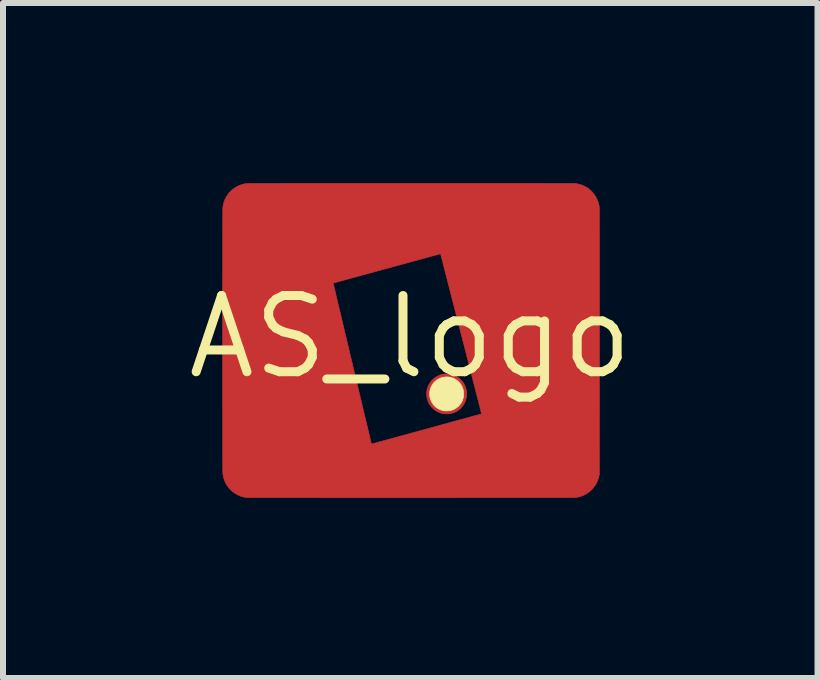
<source format=kicad_pcb>
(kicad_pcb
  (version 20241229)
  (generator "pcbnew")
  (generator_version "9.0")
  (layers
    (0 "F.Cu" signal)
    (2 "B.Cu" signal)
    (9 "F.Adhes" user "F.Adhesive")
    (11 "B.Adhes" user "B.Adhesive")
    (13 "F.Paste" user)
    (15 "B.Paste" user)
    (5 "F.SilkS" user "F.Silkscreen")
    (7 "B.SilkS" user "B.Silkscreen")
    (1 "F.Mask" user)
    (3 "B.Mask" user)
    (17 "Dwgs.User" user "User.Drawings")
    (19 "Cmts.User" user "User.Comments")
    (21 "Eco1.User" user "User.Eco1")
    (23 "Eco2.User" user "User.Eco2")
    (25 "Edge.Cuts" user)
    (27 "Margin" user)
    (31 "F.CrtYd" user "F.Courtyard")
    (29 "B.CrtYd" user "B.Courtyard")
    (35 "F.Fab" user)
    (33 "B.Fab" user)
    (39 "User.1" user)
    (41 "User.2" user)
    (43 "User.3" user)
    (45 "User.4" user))
  (footprint "AS_logo"
    (layer "F.Cu")
    (at 3.787 2.565)
    (property "Reference" "AS_logo" (at 0 0 0) (layer "F.SilkS") (effects (font (size 1.27 1.27) (thickness 0.15))))
    (attr through_hole)
    (fp_poly (pts (xy 0.629 0.616) (xy 0.67 0.622) (xy 0.69 0.626) (xy 0.728 0.638) (xy 0.765 0.655) (xy 0.799 0.676) (xy 0.83 0.701) (xy 0.858 0.73) (xy 0.883 0.761) (xy 0.903 0.795) (xy 0.919 0.832) (xy 0.931 0.871) (xy 0.938 0.91) (xy 0.94 0.95) (xy 0.938 0.99) (xy 0.93 1.029) (xy 0.919 1.068) (xy 0.902 1.105) (xy 0.883 1.138) (xy 0.873 1.151) (xy 0.861 1.165) (xy 0.846 1.181) (xy 0.831 1.196) (xy 0.815 1.21) (xy 0.801 1.221) (xy 0.794 1.226) (xy 0.759 1.247) (xy 0.722 1.263) (xy 0.683 1.274) (xy 0.663 1.279) (xy 0.646 1.281) (xy 0.625 1.282) (xy 0.603 1.282) (xy 0.581 1.282) (xy 0.562 1.28) (xy 0.55 1.279) (xy 0.51 1.269) (xy 0.472 1.255) (xy 0.437 1.237) (xy 0.404 1.215) (xy 0.374 1.189) (xy 0.348 1.16) (xy 0.324 1.128) (xy 0.305 1.093) (xy 0.29 1.055) (xy 0.279 1.015) (xy 0.276 0.993) (xy 0.274 0.968) (xy 0.273 0.942) (xy 0.274 0.917) (xy 0.277 0.894) (xy 0.278 0.889) (xy 0.281 0.874) (xy 0.286 0.856) (xy 0.292 0.839) (xy 0.298 0.822) (xy 0.303 0.808) (xy 0.305 0.804) (xy 0.326 0.768) (xy 0.35 0.735) (xy 0.378 0.706) (xy 0.408 0.681) (xy 0.441 0.659) (xy 0.476 0.642) (xy 0.512 0.629) (xy 0.55 0.62) (xy 0.589 0.616) (xy 0.629 0.616)) (stroke (width 0.01) (type solid)) (fill yes) (layer "F.Cu"))
    (fp_poly (pts (xy 0.144 -2.56) (xy 0.246 -2.56) (xy 0.347 -2.56) (xy 0.449 -2.56) (xy 0.55 -2.56) (xy 0.65 -2.56) (xy 0.749 -2.56) (xy 0.848 -2.56) (xy 0.945 -2.56) (xy 1.042 -2.56) (xy 1.136 -2.56) (xy 1.23 -2.56) (xy 1.322 -2.56) (xy 1.412 -2.56) (xy 1.5 -2.56) (xy 1.587 -2.56) (xy 1.671 -2.56) (xy 1.753 -2.56) (xy 1.833 -2.56) (xy 1.91 -2.56) (xy 1.985 -2.56) (xy 2.057 -2.56) (xy 2.126 -2.56) (xy 2.192 -2.559) (xy 2.255 -2.559) (xy 2.315 -2.559) (xy 2.372 -2.559) (xy 2.425 -2.559) (xy 2.474 -2.559) (xy 2.52 -2.559) (xy 2.562 -2.559) (xy 2.599 -2.559) (xy 2.633 -2.559) (xy 2.662 -2.558) (xy 2.687 -2.558) (xy 2.708 -2.558) (xy 2.724 -2.558) (xy 2.735 -2.558) (xy 2.741 -2.558) (xy 2.742 -2.558) (xy 2.79 -2.551) (xy 2.836 -2.539) (xy 2.88 -2.523) (xy 2.921 -2.503) (xy 2.961 -2.479) (xy 2.997 -2.45) (xy 3.03 -2.418) (xy 3.06 -2.383) (xy 3.087 -2.344) (xy 3.109 -2.303) (xy 3.125 -2.264) (xy 3.138 -2.227) (xy 3.146 -2.188) (xy 3.15 -2.165) (xy 3.15 -2.163) (xy 3.15 -2.157) (xy 3.15 -2.148) (xy 3.15 -2.137) (xy 3.15 -2.122) (xy 3.151 -2.105) (xy 3.151 -2.084) (xy 3.151 -2.06) (xy 3.151 -2.032) (xy 3.151 -2.002) (xy 3.151 -1.968) (xy 3.151 -1.93) (xy 3.151 -1.889) (xy 3.151 -1.844) (xy 3.151 -1.796) (xy 3.152 -1.743) (xy 3.152 -1.687) (xy 3.152 -1.628) (xy 3.152 -1.564) (xy 3.152 -1.496) (xy 3.152 -1.424) (xy 3.152 -1.348) (xy 3.152 -1.267) (xy 3.152 -1.183) (xy 3.152 -1.094) (xy 3.152 -1.001) (xy 3.152 -0.903) (xy 3.152 -0.8) (xy 3.152 -0.693) (xy 3.152 -0.582) (xy 3.152 -0.465) (xy 3.152 -0.344) (xy 3.152 -0.218) (xy 3.152 -0.087) (xy 3.152 0.049) (xy 3.152 0.075) (xy 3.151 2.292) (xy 3.145 2.318) (xy 3.131 2.366) (xy 3.114 2.412) (xy 3.092 2.455) (xy 3.067 2.494) (xy 3.037 2.531) (xy 3.004 2.564) (xy 2.967 2.594) (xy 2.965 2.595) (xy 2.93 2.618) (xy 2.893 2.637) (xy 2.854 2.653) (xy 2.811 2.666) (xy 2.775 2.674) (xy 2.774 2.674) (xy 2.772 2.675) (xy 2.769 2.675) (xy 2.765 2.675) (xy 2.761 2.675) (xy 2.756 2.675) (xy 2.749 2.675) (xy 2.741 2.676) (xy 2.733 2.676) (xy 2.722 2.676) (xy 2.711 2.676) (xy 2.697 2.676) (xy 2.683 2.676) (xy 2.666 2.676) (xy 2.648 2.677) (xy 2.628 2.677) (xy 2.606 2.677) (xy 2.582 2.677) (xy 2.555 2.677) (xy 2.527 2.677) (xy 2.496 2.677) (xy 2.463 2.677) (xy 2.427 2.677) (xy 2.389 2.677) (xy 2.348 2.678) (xy 2.304 2.678) (xy 2.258 2.678) (xy 2.208 2.678) (xy 2.156 2.678) (xy 2.1 2.678) (xy 2.041 2.678) (xy 1.979 2.678) (xy 1.913 2.678) (xy 1.844 2.678) (xy 1.772 2.678) (xy 1.696 2.678) (xy 1.616 2.678) (xy 1.532 2.678) (xy 1.445 2.678) (xy 1.353 2.678) (xy 1.257 2.678) (xy 1.157 2.678) (xy 1.053 2.678) (xy 0.945 2.678) (xy 0.832 2.678) (xy 0.714 2.678) (xy 0.592 2.679) (xy 0.465 2.679) (xy 0.334 2.679) (xy 0.197 2.679) (xy 0.056 2.679) (xy 0.025 2.679) (xy -0.095 2.679) (xy -0.214 2.679) (xy -0.331 2.679) (xy -0.447 2.679) (xy -0.562 2.679) (xy -0.674 2.679) (xy -0.785 2.679) (xy -0.893 2.679) (xy -1 2.679) (xy -1.104 2.679) (xy -1.206 2.679) (xy -1.305 2.679) (xy -1.402 2.679) (xy -1.497 2.678) (xy -1.588 2.678) (xy -1.677 2.678) (xy -1.763 2.678) (xy -1.846 2.678) (xy -1.926 2.678) (xy -2.003 2.678) (xy -2.077 2.678) (xy -2.147 2.678) (xy -2.213 2.678) (xy -2.276 2.678) (xy -2.335 2.678) (xy -2.391 2.678) (xy -2.442 2.678) (xy -2.49 2.678) (xy -2.533 2.678) (xy -2.573 2.678) (xy -2.607 2.677) (xy -2.638 2.677) (xy -2.664 2.677) (xy -2.685 2.677) (xy -2.702 2.677) (xy -2.714 2.677) (xy -2.721 2.677) (xy -2.723 2.677) (xy -2.764 2.67) (xy -2.804 2.661) (xy -2.842 2.647) (xy -2.877 2.631) (xy -2.909 2.613) (xy -2.939 2.594) (xy -2.967 2.572) (xy -2.987 2.554) (xy -3.02 2.519) (xy -3.049 2.481) (xy -3.073 2.441) (xy -3.093 2.398) (xy -3.108 2.353) (xy -3.119 2.307) (xy -3.124 2.27) (xy -3.124 2.266) (xy -3.124 2.256) (xy -3.124 2.243) (xy -3.125 2.224) (xy -3.125 2.201) (xy -3.125 2.174) (xy -3.125 2.142) (xy -3.125 2.106) (xy -3.125 2.066) (xy -3.125 2.023) (xy -3.126 1.976) (xy -3.126 1.925) (xy -3.126 1.871) (xy -3.126 1.814) (xy -3.126 1.754) (xy -3.126 1.69) (xy -3.126 1.624) (xy -3.126 1.556) (xy -3.126 1.484) (xy -3.126 1.411) (xy -3.126 1.335) (xy -3.126 1.257) (xy -3.127 1.177) (xy -3.127 1.096) (xy -3.127 1.012) (xy -3.127 0.927) (xy -3.127 0.841) (xy -3.127 0.754) (xy -3.127 0.665) (xy -3.127 0.576) (xy -3.127 0.485) (xy -3.127 0.394) (xy -3.127 0.303) (xy -3.127 0.211) (xy -3.127 0.119) (xy -3.127 0.027) (xy -3.127 -0.065) (xy -3.127 -0.157) (xy -3.127 -0.249) (xy -3.127 -0.34) (xy -3.127 -0.43) (xy -3.127 -0.52) (xy -3.127 -0.609) (xy -3.127 -0.697) (xy -3.127 -0.783) (xy -3.127 -0.869) (xy -3.127 -0.897) (xy -1.283 -0.897) (xy -1.283 -0.894) (xy -1.281 -0.887) (xy -1.279 -0.875) (xy -1.275 -0.858) (xy -1.27 -0.837) (xy -1.264 -0.812) (xy -1.257 -0.783) (xy -1.249 -0.75) (xy -1.241 -0.713) (xy -1.231 -0.672) (xy -1.221 -0.628) (xy -1.21 -0.581) (xy -1.198 -0.53) (xy -1.185 -0.476) (xy -1.171 -0.419) (xy -1.157 -0.36) (xy -1.143 -0.298) (xy -1.127 -0.233) (xy -1.111 -0.166) (xy -1.095 -0.096) (xy -1.078 -0.025) (xy -1.06 0.049) (xy -1.043 0.124) (xy -1.024 0.201) (xy -1.006 0.279) (xy -0.987 0.359) (xy -0.967 0.44) (xy -0.966 0.444) (xy -0.947 0.525) (xy -0.928 0.605) (xy -0.909 0.684) (xy -0.891 0.761) (xy -0.873 0.836) (xy -0.856 0.909) (xy -0.839 0.981) (xy -0.822 1.051) (xy -0.806 1.118) (xy -0.791 1.183) (xy -0.776 1.245) (xy -0.762 1.305) (xy -0.748 1.362) (xy -0.735 1.416) (xy -0.723 1.466) (xy -0.712 1.514) (xy -0.701 1.558) (xy -0.692 1.599) (xy -0.683 1.636) (xy -0.675 1.669) (xy -0.668 1.699) (xy -0.662 1.724) (xy -0.657 1.745) (xy -0.653 1.762) (xy -0.65 1.774) (xy -0.648 1.781) (xy -0.648 1.784) (xy -0.648 1.784) (xy -0.648 1.784) (xy -0.648 1.785) (xy -0.648 1.785) (xy -0.649 1.785) (xy -0.649 1.785) (xy -0.648 1.785) (xy -0.647 1.785) (xy -0.645 1.784) (xy -0.643 1.784) (xy -0.639 1.783) (xy -0.634 1.781) (xy -0.628 1.78) (xy -0.621 1.778) (xy -0.612 1.775) (xy -0.601 1.772) (xy -0.588 1.769) (xy -0.574 1.765) (xy -0.557 1.76) (xy -0.538 1.755) (xy -0.517 1.749) (xy -0.493 1.743) (xy -0.466 1.736) (xy -0.436 1.727) (xy -0.404 1.719) (xy -0.368 1.709) (xy -0.329 1.698) (xy -0.286 1.686) (xy -0.24 1.674) (xy -0.19 1.66) (xy -0.136 1.645) (xy -0.079 1.63) (xy -0.017 1.613) (xy 0.05 1.594) (xy 0.12 1.575) (xy 0.196 1.555) (xy 0.276 1.533) (xy 0.283 1.531) (xy 0.349 1.513) (xy 0.414 1.495) (xy 0.478 1.477) (xy 0.54 1.46) (xy 0.6 1.444) (xy 0.658 1.428) (xy 0.714 1.412) (xy 0.768 1.398) (xy 0.82 1.383) (xy 0.868 1.37) (xy 0.915 1.357) (xy 0.958 1.346) (xy 0.998 1.335) (xy 1.034 1.324) (xy 1.067 1.315) (xy 1.097 1.307) (xy 1.123 1.3) (xy 1.144 1.294) (xy 1.162 1.289) (xy 1.175 1.286) (xy 1.184 1.283) (xy 1.188 1.282) (xy 1.188 1.282) (xy 1.187 1.279) (xy 1.186 1.272) (xy 1.183 1.26) (xy 1.179 1.244) (xy 1.173 1.223) (xy 1.167 1.198) (xy 1.16 1.169) (xy 1.151 1.136) (xy 1.142 1.099) (xy 1.132 1.059) (xy 1.12 1.015) (xy 1.108 0.967) (xy 1.095 0.917) (xy 1.082 0.863) (xy 1.067 0.807) (xy 1.052 0.747) (xy 1.036 0.685) (xy 1.02 0.621) (xy 1.003 0.554) (xy 0.985 0.485) (xy 0.967 0.414) (xy 0.948 0.341) (xy 0.929 0.266) (xy 0.909 0.189) (xy 0.889 0.111) (xy 0.869 0.032) (xy 0.848 -0.049) (xy 0.847 -0.053) (xy 0.505 -1.386) (xy 0.483 -1.38) (xy 0.479 -1.379) (xy 0.47 -1.377) (xy 0.457 -1.373) (xy 0.439 -1.368) (xy 0.417 -1.362) (xy 0.391 -1.355) (xy 0.361 -1.347) (xy 0.328 -1.338) (xy 0.291 -1.328) (xy 0.251 -1.317) (xy 0.208 -1.305) (xy 0.162 -1.293) (xy 0.113 -1.279) (xy 0.062 -1.265) (xy 0.008 -1.25) (xy -0.048 -1.235) (xy -0.106 -1.219) (xy -0.166 -1.203) (xy -0.227 -1.186) (xy -0.29 -1.169) (xy -0.355 -1.151) (xy -0.41 -1.136) (xy -0.475 -1.119) (xy -0.539 -1.101) (xy -0.601 -1.084) (xy -0.662 -1.067) (xy -0.721 -1.051) (xy -0.778 -1.036) (xy -0.833 -1.021) (xy -0.886 -1.006) (xy -0.936 -0.993) (xy -0.984 -0.98) (xy -1.028 -0.967) (xy -1.07 -0.956) (xy -1.108 -0.945) (xy -1.144 -0.936) (xy -1.175 -0.927) (xy -1.203 -0.919) (xy -1.227 -0.913) (xy -1.247 -0.907) (xy -1.263 -0.903) (xy -1.274 -0.899) (xy -1.281 -0.897) (xy -1.283 -0.897) (xy -3.127 -0.897) (xy -3.127 -0.952) (xy -3.127 -1.034) (xy -3.126 -1.115) (xy -3.126 -1.193) (xy -3.126 -1.27) (xy -3.126 -1.344) (xy -3.126 -1.416) (xy -3.126 -1.485) (xy -3.126 -1.552) (xy -3.126 -1.616) (xy -3.126 -1.678) (xy -3.126 -1.736) (xy -3.126 -1.791) (xy -3.126 -1.842) (xy -3.125 -1.89) (xy -3.125 -1.935) (xy -3.125 -1.976) (xy -3.125 -2.013) (xy -3.125 -2.045) (xy -3.125 -2.074) (xy -3.125 -2.098) (xy -3.125 -2.118) (xy -3.124 -2.134) (xy -3.124 -2.144) (xy -3.124 -2.15) (xy -3.124 -2.15) (xy -3.117 -2.198) (xy -3.105 -2.244) (xy -3.089 -2.289) (xy -3.068 -2.331) (xy -3.042 -2.371) (xy -3.013 -2.408) (xy -3 -2.421) (xy -2.965 -2.454) (xy -2.927 -2.483) (xy -2.887 -2.507) (xy -2.844 -2.527) (xy -2.799 -2.542) (xy -2.753 -2.553) (xy -2.717 -2.558) (xy -2.713 -2.558) (xy -2.704 -2.558) (xy -2.69 -2.558) (xy -2.672 -2.558) (xy -2.649 -2.558) (xy -2.621 -2.558) (xy -2.589 -2.559) (xy -2.553 -2.559) (xy -2.513 -2.559) (xy -2.47 -2.559) (xy -2.422 -2.559) (xy -2.37 -2.559) (xy -2.315 -2.559) (xy -2.257 -2.559) (xy -2.195 -2.559) (xy -2.131 -2.559) (xy -2.063 -2.56) (xy -1.992 -2.56) (xy -1.918 -2.56) (xy -1.842 -2.56) (xy -1.763 -2.56) (xy -1.682 -2.56) (xy -1.599 -2.56) (xy -1.513 -2.56) (xy -1.426 -2.56) (xy -1.337 -2.56) (xy -1.245 -2.56) (xy -1.153 -2.56) (xy -1.058 -2.56) (xy -0.963 -2.56) (xy -0.866 -2.56) (xy -0.768 -2.56) (xy -0.669 -2.56) (xy -0.569 -2.56) (xy -0.468 -2.56) (xy -0.367 -2.56) (xy -0.265 -2.56) (xy -0.163 -2.56) (xy -0.061 -2.56) (xy 0.041 -2.56) (xy 0.144 -2.56)) (stroke (width 0.01) (type solid)) (fill yes) (layer "F.Cu"))
    (fp_poly (pts (xy 1.402 -2.376) (xy 1.409 -2.368) (xy 1.415 -2.359) (xy 1.422 -2.346) (xy 1.43 -2.329) (xy 1.431 -2.328) (xy 1.437 -2.315) (xy 1.441 -2.304) (xy 1.445 -2.294) (xy 1.448 -2.285) (xy 1.45 -2.273) (xy 1.453 -2.259) (xy 1.455 -2.248) (xy 1.458 -2.229) (xy 1.462 -2.207) (xy 1.465 -2.185) (xy 1.467 -2.165) (xy 1.468 -2.158) (xy 1.47 -2.142) (xy 1.473 -2.122) (xy 1.476 -2.1) (xy 1.479 -2.078) (xy 1.482 -2.056) (xy 1.483 -2.046) (xy 1.489 -2.004) (xy 1.493 -1.966) (xy 1.496 -1.93) (xy 1.496 -1.929) (xy 1.497 -1.911) (xy 1.499 -1.889) (xy 1.501 -1.866) (xy 1.503 -1.843) (xy 1.505 -1.821) (xy 1.505 -1.815) (xy 1.512 -1.751) (xy 1.492 -1.556) (xy 1.489 -1.525) (xy 1.486 -1.495) (xy 1.483 -1.468) (xy 1.481 -1.442) (xy 1.478 -1.419) (xy 1.476 -1.4) (xy 1.474 -1.383) (xy 1.473 -1.371) (xy 1.472 -1.362) (xy 1.471 -1.359) (xy 1.471 -1.359) (xy 1.469 -1.357) (xy 1.463 -1.352) (xy 1.453 -1.345) (xy 1.441 -1.335) (xy 1.425 -1.323) (xy 1.407 -1.309) (xy 1.386 -1.292) (xy 1.363 -1.274) (xy 1.338 -1.255) (xy 1.311 -1.234) (xy 1.283 -1.213) (xy 1.254 -1.19) (xy 1.248 -1.186) (xy 1.027 -1.015) (xy 0.842 -0.964) (xy 0.812 -0.956) (xy 0.784 -0.948) (xy 0.758 -0.941) (xy 0.733 -0.934) (xy 0.711 -0.928) (xy 0.693 -0.923) (xy 0.677 -0.919) (xy 0.666 -0.915) (xy 0.658 -0.913) (xy 0.655 -0.912) (xy 0.655 -0.912) (xy 0.655 -0.909) (xy 0.657 -0.903) (xy 0.659 -0.892) (xy 0.662 -0.879) (xy 0.666 -0.863) (xy 0.671 -0.845) (xy 0.675 -0.826) (xy 0.68 -0.806) (xy 0.685 -0.787) (xy 0.69 -0.769) (xy 0.695 -0.751) (xy 0.699 -0.736) (xy 0.702 -0.723) (xy 0.705 -0.714) (xy 0.707 -0.708) (xy 0.707 -0.707) (xy 0.71 -0.707) (xy 0.717 -0.709) (xy 0.728 -0.712) (xy 0.743 -0.717) (xy 0.762 -0.722) (xy 0.784 -0.728) (xy 0.81 -0.735) (xy 0.838 -0.743) (xy 0.868 -0.751) (xy 0.901 -0.76) (xy 0.935 -0.77) (xy 0.971 -0.78) (xy 0.984 -0.784) (xy 1.028 -0.796) (xy 1.067 -0.807) (xy 1.102 -0.817) (xy 1.134 -0.826) (xy 1.162 -0.833) (xy 1.187 -0.84) (xy 1.21 -0.846) (xy 1.232 -0.852) (xy 1.251 -0.857) (xy 1.27 -0.861) (xy 1.288 -0.865) (xy 1.306 -0.869) (xy 1.324 -0.873) (xy 1.342 -0.876) (xy 1.362 -0.88) (xy 1.383 -0.884) (xy 1.406 -0.888) (xy 1.432 -0.892) (xy 1.46 -0.897) (xy 1.485 -0.902) (xy 1.542 -0.911) (xy 1.57 -0.874) (xy 1.579 -0.862) (xy 1.587 -0.851) (xy 1.594 -0.843) (xy 1.599 -0.837) (xy 1.601 -0.835) (xy 1.604 -0.834) (xy 1.611 -0.835) (xy 1.612 -0.835) (xy 1.618 -0.838) (xy 1.628 -0.842) (xy 1.642 -0.849) (xy 1.659 -0.858) (xy 1.678 -0.868) (xy 1.7 -0.88) (xy 1.724 -0.893) (xy 1.749 -0.907) (xy 1.774 -0.921) (xy 1.792 -0.931) (xy 1.807 -0.939) (xy 1.819 -0.947) (xy 1.831 -0.955) (xy 1.843 -0.963) (xy 1.855 -0.972) (xy 1.869 -0.983) (xy 1.886 -0.996) (xy 1.891 -1) (xy 1.949 -1.047) (xy 2.008 -1.076) (xy 2.025 -1.085) (xy 2.04 -1.092) (xy 2.055 -1.099) (xy 2.07 -1.105) (xy 2.087 -1.112) (xy 2.105 -1.12) (xy 2.127 -1.128) (xy 2.152 -1.137) (xy 2.162 -1.141) (xy 2.198 -1.154) (xy 2.23 -1.165) (xy 2.259 -1.174) (xy 2.286 -1.183) (xy 2.312 -1.191) (xy 2.324 -1.194) (xy 2.341 -1.199) (xy 2.357 -1.203) (xy 2.37 -1.206) (xy 2.381 -1.209) (xy 2.388 -1.211) (xy 2.391 -1.212) (xy 2.393 -1.21) (xy 2.398 -1.205) (xy 2.405 -1.197) (xy 2.414 -1.188) (xy 2.424 -1.177) (xy 2.455 -1.143) (xy 2.458 -1.108) (xy 2.459 -1.095) (xy 2.46 -1.083) (xy 2.461 -1.075) (xy 2.461 -1.069) (xy 2.461 -1.069) (xy 2.459 -1.066) (xy 2.454 -1.06) (xy 2.447 -1.053) (xy 2.437 -1.044) (xy 2.427 -1.036) (xy 2.393 -1.006) (xy 2.348 -0.992) (xy 2.33 -0.986) (xy 2.309 -0.979) (xy 2.287 -0.971) (xy 2.266 -0.963) (xy 2.256 -0.959) (xy 2.241 -0.954) (xy 2.228 -0.949) (xy 2.218 -0.944) (xy 2.208 -0.939) (xy 2.199 -0.934) (xy 2.188 -0.927) (xy 2.175 -0.919) (xy 2.158 -0.908) (xy 2.156 -0.907) (xy 2.123 -0.884) (xy 2.091 -0.864) (xy 2.062 -0.845) (xy 2.036 -0.828) (xy 2.013 -0.814) (xy 1.993 -0.802) (xy 1.977 -0.792) (xy 1.965 -0.785) (xy 1.962 -0.784) (xy 1.94 -0.773) (xy 1.92 -0.762) (xy 1.903 -0.752) (xy 1.89 -0.744) (xy 1.882 -0.738) (xy 1.874 -0.732) (xy 1.861 -0.723) (xy 1.845 -0.713) (xy 1.826 -0.702) (xy 1.804 -0.689) (xy 1.784 -0.678) (xy 1.761 -0.665) (xy 1.739 -0.653) (xy 1.718 -0.641) (xy 1.699 -0.63) (xy 1.682 -0.62) (xy 1.669 -0.611) (xy 1.658 -0.604) (xy 1.651 -0.599) (xy 1.648 -0.597) (xy 1.645 -0.593) (xy 1.643 -0.588) (xy 1.641 -0.582) (xy 1.64 -0.572) (xy 1.639 -0.564) (xy 1.638 -0.551) (xy 1.637 -0.535) (xy 1.636 -0.518) (xy 1.636 -0.503) (xy 1.636 -0.469) (xy 1.565 -0.425) (xy 1.545 -0.413) (xy 1.528 -0.402) (xy 1.513 -0.394) (xy 1.5 -0.386) (xy 1.487 -0.379) (xy 1.474 -0.373) (xy 1.459 -0.366) (xy 1.442 -0.358) (xy 1.427 -0.352) (xy 1.39 -0.336) (xy 1.349 -0.32) (xy 1.305 -0.302) (xy 1.258 -0.284) (xy 1.21 -0.266) (xy 1.161 -0.248) (xy 1.113 -0.231) (xy 1.071 -0.217) (xy 1.049 -0.209) (xy 1.027 -0.202) (xy 1.007 -0.195) (xy 0.989 -0.189) (xy 0.974 -0.184) (xy 0.963 -0.18) (xy 0.955 -0.177) (xy 0.953 -0.176) (xy 0.944 -0.174) (xy 0.93 -0.17) (xy 0.913 -0.167) (xy 0.893 -0.164) (xy 0.881 -0.162) (xy 0.865 -0.159) (xy 0.851 -0.157) (xy 0.839 -0.155) (xy 0.83 -0.153) (xy 0.826 -0.152) (xy 0.825 -0.151) (xy 0.826 -0.148) (xy 0.828 -0.141) (xy 0.83 -0.131) (xy 0.834 -0.117) (xy 0.838 -0.101) (xy 0.842 -0.083) (xy 0.847 -0.063) (xy 0.852 -0.043) (xy 0.857 -0.023) (xy 0.862 -0.004) (xy 0.867 0.014) (xy 0.871 0.031) (xy 0.874 0.044) (xy 0.877 0.055) (xy 0.879 0.062) (xy 0.88 0.065) (xy 0.882 0.065) (xy 0.889 0.063) (xy 0.898 0.061) (xy 0.91 0.058) (xy 0.912 0.057) (xy 0.92 0.055) (xy 0.932 0.052) (xy 0.949 0.048) (xy 0.969 0.044) (xy 0.991 0.038) (xy 1.017 0.033) (xy 1.043 0.027) (xy 1.072 0.021) (xy 1.101 0.014) (xy 1.11 0.013) (xy 1.146 0.005) (xy 1.177 -0.002) (xy 1.205 -0.008) (xy 1.23 -0.013) (xy 1.252 -0.017) (xy 1.272 -0.021) (xy 1.291 -0.024) (xy 1.309 -0.027) (xy 1.327 -0.03) (xy 1.346 -0.033) (xy 1.364 -0.036) (xy 1.39 -0.04) (xy 1.417 -0.044) (xy 1.445 -0.048) (xy 1.473 -0.053) (xy 1.499 -0.057) (xy 1.521 -0.061) (xy 1.525 -0.062) (xy 1.598 -0.076) (xy 1.635 -0.063) (xy 1.672 -0.049) (xy 1.684 -0.022) (xy 1.689 -0.011) (xy 1.693 -0.002) (xy 1.696 0.004) (xy 1.697 0.006) (xy 1.7 0.006) (xy 1.707 0.005) (xy 1.718 0.002) (xy 1.732 -0.001) (xy 1.748 -0.005) (xy 1.766 -0.01) (xy 1.771 -0.011) (xy 1.792 -0.017) (xy 1.81 -0.021) (xy 1.826 -0.025) (xy 1.839 -0.028) (xy 1.853 -0.031) (xy 1.867 -0.033) (xy 1.883 -0.035) (xy 1.903 -0.038) (xy 1.914 -0.039) (xy 1.937 -0.042) (xy 1.96 -0.045) (xy 1.982 -0.049) (xy 2.005 -0.053) (xy 2.03 -0.058) (xy 2.058 -0.063) (xy 2.082 -0.068) (xy 2.109 -0.074) (xy 2.132 -0.079) (xy 2.152 -0.083) (xy 2.17 -0.086) (xy 2.187 -0.089) (xy 2.204 -0.091) (xy 2.222 -0.094) (xy 2.241 -0.096) (xy 2.254 -0.097) (xy 2.33 -0.106) (xy 2.408 -0.1) (xy 2.485 -0.095) (xy 2.588 -0.039) (xy 2.595 -0.022) (xy 2.6 -0.011) (xy 2.605 -0.004) (xy 2.608 -0.001) (xy 2.618 0.006) (xy 2.628 0.017) (xy 2.636 0.029) (xy 2.637 0.031) (xy 2.642 0.051) (xy 2.643 0.071) (xy 2.64 0.091) (xy 2.632 0.11) (xy 2.625 0.121) (xy 2.615 0.135) (xy 2.603 0.15) (xy 2.59 0.164) (xy 2.579 0.175) (xy 2.561 0.191) (xy 2.508 0.17) (xy 2.489 0.163) (xy 2.467 0.155) (xy 2.446 0.146) (xy 2.426 0.139) (xy 2.41 0.132) (xy 2.364 0.114) (xy 2.33 0.114) (xy 2.295 0.114) (xy 2.231 0.132) (xy 2.206 0.139) (xy 2.175 0.146) (xy 2.14 0.154) (xy 2.101 0.163) (xy 2.059 0.172) (xy 2.014 0.181) (xy 1.965 0.19) (xy 1.937 0.196) (xy 1.923 0.198) (xy 1.905 0.202) (xy 1.886 0.206) (xy 1.866 0.21) (xy 1.845 0.214) (xy 1.825 0.218) (xy 1.807 0.223) (xy 1.791 0.226) (xy 1.778 0.229) (xy 1.769 0.231) (xy 1.769 0.231) (xy 1.758 0.234) (xy 1.757 0.283) (xy 1.756 0.298) (xy 1.756 0.312) (xy 1.755 0.324) (xy 1.754 0.333) (xy 1.754 0.337) (xy 1.754 0.337) (xy 1.753 0.339) (xy 1.751 0.341) (xy 1.749 0.343) (xy 1.745 0.346) (xy 1.738 0.349) (xy 1.729 0.354) (xy 1.718 0.359) (xy 1.703 0.366) (xy 1.684 0.375) (xy 1.666 0.383) (xy 1.652 0.39) (xy 1.635 0.397) (xy 1.616 0.405) (xy 1.596 0.413) (xy 1.577 0.421) (xy 1.575 0.422) (xy 1.556 0.429) (xy 1.536 0.437) (xy 1.516 0.446) (xy 1.497 0.454) (xy 1.482 0.46) (xy 1.481 0.461) (xy 1.467 0.467) (xy 1.453 0.473) (xy 1.439 0.479) (xy 1.424 0.484) (xy 1.408 0.49) (xy 1.391 0.495) (xy 1.372 0.5) (xy 1.35 0.506) (xy 1.325 0.512) (xy 1.297 0.519) (xy 1.265 0.526) (xy 1.229 0.534) (xy 1.194 0.542) (xy 1.083 0.567) (xy 1.051 0.582) (xy 1.039 0.588) (xy 1.03 0.593) (xy 1.022 0.598) (xy 1.019 0.6) (xy 1.019 0.601) (xy 1.019 0.604) (xy 1.021 0.611) (xy 1.024 0.622) (xy 1.027 0.636) (xy 1.031 0.652) (xy 1.036 0.671) (xy 1.041 0.69) (xy 1.046 0.71) (xy 1.051 0.731) (xy 1.056 0.75) (xy 1.061 0.769) (xy 1.065 0.785) (xy 1.069 0.799) (xy 1.072 0.811) (xy 1.074 0.818) (xy 1.075 0.822) (xy 1.075 0.822) (xy 1.078 0.821) (xy 1.084 0.82) (xy 1.095 0.817) (xy 1.108 0.814) (xy 1.123 0.81) (xy 1.134 0.807) (xy 1.152 0.803) (xy 1.173 0.798) (xy 1.197 0.792) (xy 1.222 0.786) (xy 1.248 0.78) (xy 1.272 0.775) (xy 1.278 0.774) (xy 1.363 0.755) (xy 1.463 0.749) (xy 1.49 0.748) (xy 1.521 0.746) (xy 1.552 0.744) (xy 1.584 0.742) (xy 1.614 0.74) (xy 1.642 0.739) (xy 1.655 0.738) (xy 1.746 0.732) (xy 1.794 0.769) (xy 1.812 0.783) (xy 1.83 0.796) (xy 1.848 0.808) (xy 1.868 0.821) (xy 1.889 0.834) (xy 1.913 0.848) (xy 1.94 0.863) (xy 1.97 0.879) (xy 1.991 0.89) (xy 2.051 0.922) (xy 2.084 0.954) (xy 2.093 0.962) (xy 2.101 0.969) (xy 2.109 0.976) (xy 2.116 0.982) (xy 2.125 0.988) (xy 2.134 0.995) (xy 2.146 1.003) (xy 2.16 1.012) (xy 2.178 1.023) (xy 2.196 1.034) (xy 2.275 1.083) (xy 2.307 1.117) (xy 2.319 1.129) (xy 2.33 1.14) (xy 2.342 1.15) (xy 2.356 1.162) (xy 2.371 1.174) (xy 2.389 1.188) (xy 2.396 1.193) (xy 2.438 1.226) (xy 2.481 1.262) (xy 2.511 1.289) (xy 2.569 1.343) (xy 2.592 1.379) (xy 2.604 1.398) (xy 2.616 1.414) (xy 2.627 1.429) (xy 2.633 1.436) (xy 2.652 1.456) (xy 2.652 1.533) (xy 2.652 1.61) (xy 2.595 1.61) (xy 2.539 1.61) (xy 2.501 1.588) (xy 2.488 1.58) (xy 2.477 1.573) (xy 2.468 1.566) (xy 2.458 1.559) (xy 2.448 1.55) (xy 2.436 1.539) (xy 2.423 1.526) (xy 2.403 1.508) (xy 2.383 1.491) (xy 2.361 1.473) (xy 2.336 1.453) (xy 2.319 1.44) (xy 2.301 1.427) (xy 2.287 1.416) (xy 2.275 1.407) (xy 2.265 1.398) (xy 2.256 1.39) (xy 2.247 1.382) (xy 2.238 1.373) (xy 2.227 1.361) (xy 2.215 1.348) (xy 2.207 1.339) (xy 2.193 1.323) (xy 2.181 1.311) (xy 2.171 1.3) (xy 2.163 1.292) (xy 2.155 1.285) (xy 2.146 1.278) (xy 2.137 1.271) (xy 2.126 1.263) (xy 2.113 1.254) (xy 2.112 1.253) (xy 2.097 1.242) (xy 2.079 1.229) (xy 2.059 1.214) (xy 2.04 1.199) (xy 2.021 1.184) (xy 2.01 1.176) (xy 1.995 1.164) (xy 1.98 1.152) (xy 1.965 1.141) (xy 1.953 1.132) (xy 1.943 1.125) (xy 1.937 1.121) (xy 1.919 1.111) (xy 1.789 1.11) (xy 1.753 1.11) (xy 1.72 1.11) (xy 1.69 1.11) (xy 1.663 1.111) (xy 1.637 1.111) (xy 1.612 1.112) (xy 1.587 1.113) (xy 1.571 1.114) (xy 1.482 1.118) (xy 1.443 1.129) (xy 1.419 1.137) (xy 1.397 1.145) (xy 1.379 1.153) (xy 1.378 1.153) (xy 1.362 1.16) (xy 1.342 1.168) (xy 1.318 1.177) (xy 1.289 1.186) (xy 1.255 1.197) (xy 1.223 1.206) (xy 1.177 1.22) (xy 1.185 1.252) (xy 1.193 1.284) (xy 0.276 1.535) (xy 0.21 1.553) (xy 0.144 1.571) (xy 0.08 1.589) (xy 0.017 1.606) (xy -0.043 1.623) (xy -0.102 1.639) (xy -0.159 1.654) (xy -0.214 1.669) (xy -0.266 1.684) (xy -0.315 1.697) (xy -0.362 1.71) (xy -0.406 1.722) (xy -0.446 1.733) (xy -0.484 1.743) (xy -0.518 1.753) (xy -0.548 1.761) (xy -0.574 1.768) (xy -0.597 1.774) (xy -0.615 1.779) (xy -0.629 1.783) (xy -0.639 1.786) (xy -0.644 1.787) (xy -0.645 1.787) (xy -0.646 1.787) (xy -0.648 1.786) (xy -0.65 1.782) (xy -0.652 1.775) (xy -0.654 1.766) (xy -0.658 1.752) (xy -0.661 1.738) (xy -0.665 1.722) (xy -0.669 1.709) (xy -0.672 1.698) (xy -0.674 1.69) (xy -0.675 1.687) (xy -0.675 1.687) (xy -0.68 1.688) (xy -0.688 1.69) (xy -0.7 1.695) (xy -0.715 1.7) (xy -0.733 1.707) (xy -0.753 1.715) (xy -0.775 1.723) (xy -0.798 1.733) (xy -0.822 1.742) (xy -0.846 1.752) (xy -0.87 1.762) (xy -0.893 1.772) (xy -0.915 1.781) (xy -0.927 1.786) (xy -0.945 1.794) (xy -0.961 1.8) (xy -0.974 1.806) (xy -0.986 1.811) (xy -0.998 1.815) (xy -1.01 1.819) (xy -1.023 1.823) (xy -1.039 1.827) (xy -1.058 1.832) (xy -1.081 1.838) (xy -1.083 1.839) (xy -1.125 1.85) (xy -1.163 1.861) (xy -1.197 1.871) (xy -1.229 1.881) (xy -1.259 1.891) (xy -1.288 1.901) (xy -1.316 1.912) (xy -1.345 1.924) (xy -1.375 1.937) (xy -1.397 1.947) (xy -1.439 1.966) (xy -1.461 1.996) (xy -1.484 2.025) (xy -1.499 2.112) (xy -1.513 2.198) (xy -1.492 2.221) (xy -1.484 2.23) (xy -1.477 2.237) (xy -1.47 2.242) (xy -1.463 2.248) (xy -1.453 2.254) (xy -1.44 2.261) (xy -1.432 2.266) (xy -1.418 2.274) (xy -1.406 2.281) (xy -1.395 2.288) (xy -1.384 2.296) (xy -1.373 2.305) (xy -1.361 2.315) (xy -1.348 2.328) (xy -1.332 2.343) (xy -1.319 2.356) (xy -1.304 2.37) (xy -1.293 2.382) (xy -1.283 2.392) (xy -1.275 2.402) (xy -1.267 2.413) (xy -1.258 2.426) (xy -1.255 2.431) (xy -1.23 2.468) (xy -1.225 2.501) (xy -1.223 2.514) (xy -1.221 2.526) (xy -1.22 2.535) (xy -1.219 2.54) (xy -1.219 2.541) (xy -1.221 2.546) (xy -1.226 2.553) (xy -1.229 2.556) (xy -1.238 2.565) (xy -1.334 2.565) (xy -1.429 2.565) (xy -1.482 2.519) (xy -1.498 2.506) (xy -1.515 2.492) (xy -1.532 2.478) (xy -1.548 2.466) (xy -1.561 2.456) (xy -1.569 2.451) (xy -1.579 2.443) (xy -1.588 2.437) (xy -1.595 2.432) (xy -1.602 2.426) (xy -1.608 2.419) (xy -1.616 2.411) (xy -1.624 2.4) (xy -1.636 2.387) (xy -1.641 2.38) (xy -1.68 2.332) (xy -1.702 2.252) (xy -1.725 2.173) (xy -1.713 2.083) (xy -1.701 1.993) (xy -1.681 1.935) (xy -1.676 1.918) (xy -1.67 1.903) (xy -1.665 1.89) (xy -1.661 1.88) (xy -1.658 1.873) (xy -1.657 1.871) (xy -1.636 1.846) (xy -1.615 1.824) (xy -1.594 1.805) (xy -1.577 1.791) (xy -1.566 1.783) (xy -1.557 1.776) (xy -1.55 1.77) (xy -1.546 1.767) (xy -1.545 1.766) (xy -1.544 1.764) (xy -1.543 1.757) (xy -1.541 1.747) (xy -1.539 1.734) (xy -1.537 1.72) (xy -1.534 1.705) (xy -1.532 1.689) (xy -1.529 1.674) (xy -1.527 1.661) (xy -1.526 1.65) (xy -1.525 1.642) (xy -1.524 1.638) (xy -1.524 1.638) (xy -1.522 1.636) (xy -1.515 1.632) (xy -1.505 1.627) (xy -1.492 1.619) (xy -1.475 1.61) (xy -1.455 1.599) (xy -1.433 1.587) (xy -1.408 1.574) (xy -1.382 1.56) (xy -1.354 1.545) (xy -1.325 1.529) (xy -1.295 1.514) (xy -1.265 1.498) (xy -1.253 1.492) (xy -1.228 1.478) (xy -1.207 1.467) (xy -1.189 1.458) (xy -1.173 1.45) (xy -1.16 1.443) (xy -1.148 1.438) (xy -1.137 1.433) (xy -1.127 1.429) (xy -1.116 1.425) (xy -1.104 1.42) (xy -1.091 1.416) (xy -1.076 1.41) (xy -1.074 1.41) (xy -1.053 1.402) (xy -1.029 1.393) (xy -1.002 1.383) (xy -0.976 1.374) (xy -0.951 1.364) (xy -0.934 1.357) (xy -0.911 1.348) (xy -0.892 1.341) (xy -0.876 1.335) (xy -0.861 1.33) (xy -0.848 1.326) (xy -0.834 1.322) (xy -0.82 1.319) (xy -0.815 1.318) (xy -0.801 1.314) (xy -0.788 1.311) (xy -0.777 1.309) (xy -0.77 1.307) (xy -0.767 1.306) (xy -0.767 1.303) (xy -0.768 1.295) (xy -0.77 1.283) (xy -0.774 1.267) (xy -0.779 1.246) (xy -0.784 1.222) (xy -0.79 1.199) (xy -0.795 1.176) (xy -0.8 1.155) (xy -0.805 1.135) (xy -0.809 1.118) (xy -0.812 1.104) (xy -0.815 1.094) (xy -0.816 1.087) (xy -0.816 1.085) (xy -0.818 1.077) (xy -0.882 1.099) (xy -0.946 1.12) (xy -1.02 1.125) (xy -1.041 1.127) (xy -1.065 1.129) (xy -1.092 1.131) (xy -1.12 1.133) (xy -1.149 1.136) (xy -1.177 1.139) (xy -1.196 1.141) (xy -1.297 1.151) (xy -1.386 1.179) (xy -1.409 1.186) (xy -1.433 1.194) (xy -1.458 1.201) (xy -1.481 1.209) (xy -1.502 1.216) (xy -1.52 1.222) (xy -1.528 1.224) (xy -1.543 1.229) (xy -1.557 1.234) (xy -1.569 1.238) (xy -1.578 1.24) (xy -1.582 1.242) (xy -1.583 1.242) (xy -1.585 1.24) (xy -1.589 1.235) (xy -1.595 1.226) (xy -1.602 1.216) (xy -1.604 1.213) (xy -1.612 1.201) (xy -1.618 1.193) (xy -1.622 1.188) (xy -1.625 1.185) (xy -1.628 1.185) (xy -1.629 1.185) (xy -1.643 1.189) (xy -1.662 1.194) (xy -1.684 1.199) (xy -1.709 1.205) (xy -1.737 1.211) (xy -1.766 1.216) (xy -1.796 1.222) (xy -1.826 1.228) (xy -1.856 1.233) (xy -1.885 1.238) (xy -1.897 1.24) (xy -1.917 1.243) (xy -1.942 1.246) (xy -1.968 1.251) (xy -1.995 1.255) (xy -2.022 1.259) (xy -2.047 1.263) (xy -2.049 1.264) (xy -2.082 1.269) (xy -2.114 1.274) (xy -2.144 1.277) (xy -2.174 1.28) (xy -2.205 1.283) (xy -2.236 1.285) (xy -2.27 1.286) (xy -2.306 1.287) (xy -2.346 1.288) (xy -2.388 1.288) (xy -2.501 1.288) (xy -2.544 1.277) (xy -2.587 1.266) (xy -2.613 1.231) (xy -2.64 1.196) (xy -2.63 1.166) (xy -2.621 1.136) (xy -2.578 1.125) (xy -2.561 1.12) (xy -2.546 1.116) (xy -2.534 1.114) (xy -2.522 1.112) (xy -2.509 1.111) (xy -2.506 1.111) (xy -2.495 1.11) (xy -2.48 1.109) (xy -2.461 1.106) (xy -2.438 1.103) (xy -2.411 1.099) (xy -2.381 1.094) (xy -2.348 1.088) (xy -2.339 1.087) (xy -2.308 1.082) (xy -2.273 1.076) (xy -2.236 1.07) (xy -2.199 1.064) (xy -2.162 1.058) (xy -2.127 1.053) (xy -2.094 1.048) (xy -2.076 1.045) (xy -2.047 1.041) (xy -2.022 1.037) (xy -2.001 1.033) (xy -1.982 1.03) (xy -1.965 1.027) (xy -1.949 1.024) (xy -1.933 1.021) (xy -1.916 1.017) (xy -1.898 1.013) (xy -1.878 1.008) (xy -1.854 1.002) (xy -1.837 0.998) (xy -1.814 0.992) (xy -1.792 0.987) (xy -1.773 0.982) (xy -1.756 0.978) (xy -1.742 0.974) (xy -1.731 0.972) (xy -1.725 0.97) (xy -1.723 0.97) (xy -1.724 0.967) (xy -1.727 0.961) (xy -1.731 0.954) (xy 0.275 0.954) (xy 0.278 0.994) (xy 0.286 1.032) (xy 0.298 1.071) (xy 0.315 1.107) (xy 0.336 1.14) (xy 0.361 1.171) (xy 0.389 1.199) (xy 0.42 1.223) (xy 0.454 1.243) (xy 0.49 1.26) (xy 0.529 1.272) (xy 0.55 1.276) (xy 0.564 1.278) (xy 0.582 1.279) (xy 0.602 1.279) (xy 0.623 1.279) (xy 0.643 1.278) (xy 0.661 1.276) (xy 0.676 1.274) (xy 0.68 1.273) (xy 0.721 1.26) (xy 0.759 1.243) (xy 0.794 1.222) (xy 0.826 1.198) (xy 0.854 1.17) (xy 0.879 1.138) (xy 0.9 1.103) (xy 0.917 1.066) (xy 0.927 1.034) (xy 0.934 1) (xy 0.937 0.964) (xy 0.937 0.928) (xy 0.933 0.892) (xy 0.926 0.859) (xy 0.925 0.859) (xy 0.912 0.82) (xy 0.894 0.784) (xy 0.872 0.751) (xy 0.846 0.721) (xy 0.817 0.694) (xy 0.785 0.67) (xy 0.75 0.651) (xy 0.712 0.635) (xy 0.672 0.624) (xy 0.654 0.621) (xy 0.633 0.62) (xy 0.61 0.619) (xy 0.587 0.619) (xy 0.566 0.62) (xy 0.548 0.623) (xy 0.545 0.623) (xy 0.504 0.635) (xy 0.465 0.65) (xy 0.428 0.67) (xy 0.42 0.675) (xy 0.409 0.684) (xy 0.395 0.696) (xy 0.38 0.709) (xy 0.366 0.724) (xy 0.352 0.739) (xy 0.341 0.752) (xy 0.333 0.762) (xy 0.312 0.798) (xy 0.296 0.836) (xy 0.284 0.874) (xy 0.277 0.914) (xy 0.275 0.954) (xy -1.731 0.954) (xy -1.732 0.952) (xy -1.738 0.941) (xy -1.744 0.93) (xy -1.751 0.917) (xy -1.757 0.906) (xy -1.761 0.898) (xy -1.764 0.892) (xy -1.765 0.89) (xy -1.762 0.889) (xy -1.756 0.886) (xy -1.746 0.88) (xy -1.732 0.873) (xy -1.716 0.864) (xy -1.697 0.854) (xy -1.676 0.843) (xy -1.653 0.831) (xy -1.629 0.818) (xy -1.628 0.818) (xy -1.6 0.803) (xy -1.569 0.787) (xy -1.538 0.77) (xy -1.507 0.754) (xy -1.476 0.737) (xy -1.447 0.722) (xy -1.42 0.707) (xy -1.397 0.695) (xy -1.392 0.692) (xy -1.369 0.68) (xy -1.348 0.669) (xy -1.327 0.658) (xy -1.308 0.648) (xy -1.292 0.64) (xy -1.278 0.634) (xy -1.268 0.629) (xy -1.265 0.628) (xy -1.254 0.624) (xy -1.24 0.62) (xy -1.223 0.615) (xy -1.205 0.61) (xy -1.186 0.605) (xy -1.18 0.603) (xy -1.121 0.589) (xy -1.073 0.589) (xy -1.024 0.589) (xy -0.984 0.569) (xy -0.972 0.562) (xy -0.961 0.556) (xy -0.952 0.552) (xy -0.946 0.548) (xy -0.945 0.547) (xy -0.945 0.545) (xy -0.947 0.538) (xy -0.95 0.527) (xy -0.953 0.513) (xy -0.957 0.496) (xy -0.962 0.476) (xy -0.967 0.455) (xy -0.969 0.446) (xy -0.974 0.424) (xy -0.979 0.404) (xy -0.983 0.385) (xy -0.987 0.37) (xy -0.99 0.358) (xy -0.992 0.349) (xy -0.993 0.345) (xy -0.993 0.344) (xy -0.995 0.345) (xy -1.002 0.347) (xy -1.012 0.35) (xy -1.026 0.354) (xy -1.042 0.359) (xy -1.059 0.365) (xy -1.07 0.369) (xy -1.096 0.377) (xy -1.119 0.384) (xy -1.139 0.39) (xy -1.159 0.395) (xy -1.178 0.4) (xy -1.198 0.404) (xy -1.206 0.406) (xy -1.266 0.419) (xy -1.321 0.411) (xy -1.341 0.409) (xy -1.363 0.406) (xy -1.386 0.404) (xy -1.407 0.402) (xy -1.422 0.4) (xy -1.456 0.397) (xy -1.489 0.394) (xy -1.522 0.391) (xy -1.554 0.388) (xy -1.585 0.385) (xy -1.614 0.382) (xy -1.64 0.379) (xy -1.664 0.376) (xy -1.684 0.373) (xy -1.7 0.371) (xy -1.712 0.369) (xy -1.712 0.369) (xy -1.749 0.363) (xy -1.807 0.321) (xy -1.873 0.303) (xy -1.893 0.298) (xy -1.91 0.293) (xy -1.926 0.289) (xy -1.941 0.286) (xy -1.956 0.283) (xy -1.974 0.28) (xy -1.994 0.276) (xy -2.018 0.273) (xy -2.023 0.272) (xy -2.051 0.267) (xy -2.082 0.262) (xy -2.115 0.256) (xy -2.147 0.25) (xy -2.178 0.244) (xy -2.195 0.24) (xy -2.223 0.234) (xy -2.256 0.227) (xy -2.292 0.22) (xy -2.33 0.213) (xy -2.37 0.205) (xy -2.411 0.197) (xy -2.453 0.19) (xy -2.493 0.183) (xy -2.532 0.176) (xy -2.564 0.17) (xy -2.585 0.167) (xy -2.602 0.163) (xy -2.617 0.16) (xy -2.629 0.157) (xy -2.641 0.153) (xy -2.653 0.149) (xy -2.654 0.149) (xy -2.669 0.143) (xy -2.68 0.138) (xy -2.688 0.134) (xy -2.69 0.131) (xy -2.692 0.129) (xy -2.693 0.126) (xy -2.694 0.121) (xy -2.694 0.115) (xy -2.695 0.105) (xy -2.695 0.092) (xy -2.695 0.075) (xy -2.695 0.059) (xy -2.695 0.038) (xy -2.695 0.021) (xy -2.694 0.009) (xy -2.694 0.001) (xy -2.693 -0.005) (xy -2.692 -0.007) (xy -2.692 -0.008) (xy -2.688 -0.008) (xy -2.68 -0.009) (xy -2.671 -0.01) (xy -2.668 -0.01) (xy -2.662 -0.011) (xy -2.654 -0.011) (xy -2.645 -0.011) (xy -2.633 -0.011) (xy -2.62 -0.01) (xy -2.603 -0.009) (xy -2.584 -0.008) (xy -2.56 -0.006) (xy -2.533 -0.004) (xy -2.502 -0.001) (xy -2.473 0.002) (xy -2.45 0.004) (xy -2.431 0.005) (xy -2.416 0.007) (xy -2.401 0.009) (xy -2.387 0.011) (xy -2.373 0.014) (xy -2.356 0.017) (xy -2.336 0.021) (xy -2.322 0.024) (xy -2.247 0.041) (xy -2.132 0.048) (xy -2.107 0.05) (xy -2.08 0.052) (xy -2.055 0.054) (xy -2.031 0.056) (xy -2.009 0.057) (xy -1.99 0.059) (xy -1.975 0.06) (xy -1.97 0.061) (xy -1.954 0.063) (xy -1.939 0.064) (xy -1.926 0.065) (xy -1.916 0.066) (xy -1.911 0.066) (xy -1.9 0.066) (xy -1.899 0.012) (xy -1.794 -0.018) (xy -1.767 -0.026) (xy -1.737 -0.035) (xy -1.707 -0.044) (xy -1.676 -0.053) (xy -1.646 -0.062) (xy -1.619 -0.071) (xy -1.6 -0.077) (xy -1.565 -0.088) (xy -1.535 -0.098) (xy -1.509 -0.107) (xy -1.486 -0.114) (xy -1.465 -0.12) (xy -1.447 -0.126) (xy -1.431 -0.13) (xy -1.415 -0.135) (xy -1.4 -0.138) (xy -1.386 -0.142) (xy -1.37 -0.145) (xy -1.354 -0.149) (xy -1.336 -0.152) (xy -1.317 -0.156) (xy -1.294 -0.16) (xy -1.279 -0.163) (xy -1.254 -0.167) (xy -1.23 -0.172) (xy -1.208 -0.176) (xy -1.187 -0.18) (xy -1.17 -0.183) (xy -1.155 -0.186) (xy -1.145 -0.188) (xy -1.139 -0.189) (xy -1.121 -0.193) (xy -1.146 -0.299) (xy -1.172 -0.406) (xy -1.192 -0.401) (xy -1.2 -0.399) (xy -1.212 -0.396) (xy -1.227 -0.392) (xy -1.244 -0.387) (xy -1.263 -0.381) (xy -1.283 -0.376) (xy -1.287 -0.374) (xy -1.361 -0.353) (xy -1.437 -0.364) (xy -1.513 -0.375) (xy -1.584 -0.405) (xy -1.603 -0.413) (xy -1.62 -0.42) (xy -1.635 -0.427) (xy -1.649 -0.434) (xy -1.664 -0.441) (xy -1.68 -0.449) (xy -1.697 -0.459) (xy -1.718 -0.47) (xy -1.741 -0.483) (xy -1.746 -0.486) (xy -1.77 -0.499) (xy -1.796 -0.515) (xy -1.823 -0.53) (xy -1.851 -0.546) (xy -1.876 -0.562) (xy -1.899 -0.576) (xy -1.914 -0.585) (xy -1.94 -0.601) (xy -1.968 -0.618) (xy -1.998 -0.636) (xy -2.031 -0.654) (xy -2.067 -0.674) (xy -2.107 -0.696) (xy -2.117 -0.702) (xy -2.143 -0.716) (xy -2.171 -0.731) (xy -2.198 -0.746) (xy -2.225 -0.761) (xy -2.251 -0.775) (xy -2.275 -0.788) (xy -2.296 -0.799) (xy -2.313 -0.809) (xy -2.316 -0.811) (xy -2.337 -0.823) (xy -2.355 -0.833) (xy -2.37 -0.842) (xy -2.383 -0.85) (xy -2.396 -0.859) (xy -2.408 -0.868) (xy -2.422 -0.878) (xy -2.438 -0.89) (xy -2.444 -0.894) (xy -2.459 -0.906) (xy -2.473 -0.917) (xy -2.486 -0.927) (xy -2.496 -0.935) (xy -2.503 -0.941) (xy -2.507 -0.944) (xy -2.507 -0.945) (xy -2.511 -0.949) (xy -2.517 -0.956) (xy -2.524 -0.966) (xy -2.533 -0.979) (xy -2.543 -0.992) (xy -2.545 -0.996) (xy -2.556 -1.011) (xy -2.565 -1.025) (xy -2.573 -1.037) (xy -2.58 -1.05) (xy -2.588 -1.065) (xy -2.597 -1.082) (xy -2.605 -1.1) (xy -2.634 -1.16) (xy -2.635 -1.223) (xy -2.637 -1.287) (xy -2.605 -1.309) (xy -2.572 -1.332) (xy -2.531 -1.323) (xy -2.49 -1.314) (xy -2.449 -1.272) (xy -2.431 -1.253) (xy -2.413 -1.233) (xy -2.396 -1.213) (xy -2.381 -1.195) (xy -2.381 -1.194) (xy -2.353 -1.157) (xy -2.33 -1.097) (xy -2.323 -1.079) (xy -2.316 -1.062) (xy -2.31 -1.045) (xy -2.305 -1.032) (xy -2.301 -1.021) (xy -2.299 -1.016) (xy -2.292 -0.995) (xy -2.134 -0.915) (xy -2.103 -0.899) (xy -2.076 -0.886) (xy -2.053 -0.874) (xy -2.033 -0.864) (xy -2.016 -0.856) (xy -2 -0.848) (xy -1.987 -0.842) (xy -1.974 -0.836) (xy -1.962 -0.831) (xy -1.951 -0.826) (xy -1.939 -0.822) (xy -1.927 -0.817) (xy -1.913 -0.811) (xy -1.897 -0.806) (xy -1.892 -0.804) (xy -1.81 -0.773) (xy -1.662 -0.754) (xy -1.592 -0.766) (xy -1.561 -0.771) (xy -1.53 -0.776) (xy -1.498 -0.782) (xy -1.467 -0.787) (xy -1.437 -0.792) (xy -1.408 -0.797) (xy -1.381 -0.802) (xy -1.356 -0.806) (xy -1.334 -0.81) (xy -1.314 -0.814) (xy -1.297 -0.816) (xy -1.284 -0.819) (xy -1.276 -0.82) (xy -1.271 -0.821) (xy -1.271 -0.821) (xy -1.271 -0.824) (xy -1.273 -0.83) (xy -1.275 -0.84) (xy -1.278 -0.852) (xy -1.28 -0.859) (xy -1.283 -0.873) (xy -1.285 -0.885) (xy -1.286 -0.894) (xy -1.287 -0.898) (xy -1.286 -0.899) (xy -1.284 -0.9) (xy -1.276 -0.902) (xy -1.264 -0.905) (xy -1.248 -0.91) (xy -1.228 -0.915) (xy -1.203 -0.922) (xy -1.175 -0.93) (xy -1.143 -0.939) (xy -1.107 -0.949) (xy -1.068 -0.959) (xy -1.026 -0.971) (xy -0.981 -0.983) (xy -0.933 -0.996) (xy -0.882 -1.01) (xy -0.829 -1.025) (xy -0.774 -1.04) (xy -0.716 -1.056) (xy -0.657 -1.072) (xy -0.596 -1.089) (xy -0.533 -1.106) (xy -0.468 -1.123) (xy -0.403 -1.141) (xy -0.392 -1.144) (xy -0.327 -1.162) (xy -0.262 -1.18) (xy -0.199 -1.197) (xy -0.137 -1.214) (xy -0.077 -1.23) (xy -0.019 -1.246) (xy 0.036 -1.261) (xy 0.09 -1.276) (xy 0.141 -1.29) (xy 0.189 -1.303) (xy 0.235 -1.315) (xy 0.278 -1.327) (xy 0.317 -1.338) (xy 0.353 -1.348) (xy 0.386 -1.357) (xy 0.415 -1.365) (xy 0.44 -1.371) (xy 0.462 -1.377) (xy 0.479 -1.382) (xy 0.491 -1.385) (xy 0.499 -1.388) (xy 0.503 -1.389) (xy 0.503 -1.389) (xy 0.504 -1.388) (xy 0.506 -1.385) (xy 0.508 -1.379) (xy 0.511 -1.371) (xy 0.514 -1.358) (xy 0.519 -1.342) (xy 0.523 -1.325) (xy 0.527 -1.308) (xy 0.531 -1.293) (xy 0.535 -1.279) (xy 0.537 -1.269) (xy 0.539 -1.263) (xy 0.54 -1.26) (xy 0.542 -1.261) (xy 0.548 -1.265) (xy 0.559 -1.271) (xy 0.572 -1.278) (xy 0.589 -1.288) (xy 0.608 -1.299) (xy 0.631 -1.312) (xy 0.655 -1.326) (xy 0.681 -1.341) (xy 0.709 -1.358) (xy 0.739 -1.375) (xy 0.744 -1.378) (xy 0.948 -1.497) (xy 0.969 -1.487) (xy 0.98 -1.482) (xy 0.994 -1.475) (xy 1.008 -1.468) (xy 1.017 -1.464) (xy 1.029 -1.458) (xy 1.036 -1.454) (xy 1.042 -1.452) (xy 1.045 -1.452) (xy 1.048 -1.453) (xy 1.05 -1.455) (xy 1.053 -1.457) (xy 1.059 -1.463) (xy 1.068 -1.471) (xy 1.08 -1.481) (xy 1.093 -1.493) (xy 1.107 -1.506) (xy 1.123 -1.52) (xy 1.139 -1.534) (xy 1.154 -1.549) (xy 1.169 -1.562) (xy 1.183 -1.575) (xy 1.196 -1.586) (xy 1.206 -1.595) (xy 1.214 -1.602) (xy 1.219 -1.607) (xy 1.22 -1.608) (xy 1.222 -1.611) (xy 1.226 -1.618) (xy 1.231 -1.629) (xy 1.237 -1.643) (xy 1.244 -1.659) (xy 1.251 -1.676) (xy 1.253 -1.68) (xy 1.262 -1.703) (xy 1.27 -1.721) (xy 1.275 -1.735) (xy 1.279 -1.747) (xy 1.282 -1.756) (xy 1.283 -1.762) (xy 1.283 -1.764) (xy 1.285 -1.772) (xy 1.287 -1.784) (xy 1.291 -1.798) (xy 1.295 -1.812) (xy 1.295 -1.813) (xy 1.3 -1.83) (xy 1.304 -1.843) (xy 1.306 -1.852) (xy 1.307 -1.859) (xy 1.307 -1.863) (xy 1.306 -1.867) (xy 1.305 -1.869) (xy 1.305 -1.869) (xy 1.303 -1.872) (xy 1.301 -1.88) (xy 1.297 -1.892) (xy 1.293 -1.907) (xy 1.289 -1.924) (xy 1.284 -1.944) (xy 1.281 -1.955) (xy 1.276 -1.979) (xy 1.271 -1.999) (xy 1.268 -2.016) (xy 1.265 -2.031) (xy 1.263 -2.044) (xy 1.261 -2.058) (xy 1.259 -2.071) (xy 1.257 -2.087) (xy 1.257 -2.088) (xy 1.255 -2.112) (xy 1.253 -2.131) (xy 1.251 -2.148) (xy 1.249 -2.163) (xy 1.247 -2.178) (xy 1.245 -2.191) (xy 1.243 -2.198) (xy 1.242 -2.21) (xy 1.241 -2.224) (xy 1.239 -2.24) (xy 1.238 -2.251) (xy 1.235 -2.296) (xy 1.248 -2.336) (xy 1.252 -2.35) (xy 1.256 -2.362) (xy 1.26 -2.372) (xy 1.263 -2.379) (xy 1.264 -2.382) (xy 1.268 -2.388) (xy 1.391 -2.388) (xy 1.402 -2.376)) (stroke (width 0.01) (type solid)) (fill yes) (layer "F.Mask"))
    (fp_poly (pts (xy 0.62 0.666) (xy 0.657 0.67) (xy 0.692 0.679) (xy 0.725 0.691) (xy 0.756 0.708) (xy 0.785 0.728) (xy 0.81 0.751) (xy 0.832 0.777) (xy 0.852 0.806) (xy 0.867 0.837) (xy 0.879 0.869) (xy 0.887 0.903) (xy 0.89 0.939) (xy 0.889 0.975) (xy 0.884 1.012) (xy 0.881 1.021) (xy 0.87 1.056) (xy 0.855 1.088) (xy 0.835 1.118) (xy 0.81 1.147) (xy 0.801 1.156) (xy 0.772 1.18) (xy 0.741 1.2) (xy 0.708 1.215) (xy 0.672 1.226) (xy 0.663 1.228) (xy 0.651 1.23) (xy 0.638 1.231) (xy 0.623 1.232) (xy 0.608 1.233) (xy 0.595 1.233) (xy 0.586 1.233) (xy 0.585 1.233) (xy 0.566 1.23) (xy 0.55 1.227) (xy 0.537 1.225) (xy 0.524 1.221) (xy 0.518 1.219) (xy 0.483 1.205) (xy 0.452 1.187) (xy 0.423 1.166) (xy 0.397 1.141) (xy 0.375 1.113) (xy 0.356 1.083) (xy 0.341 1.05) (xy 0.331 1.016) (xy 0.324 0.981) (xy 0.323 0.944) (xy 0.325 0.91) (xy 0.333 0.874) (xy 0.345 0.839) (xy 0.361 0.807) (xy 0.381 0.777) (xy 0.404 0.75) (xy 0.43 0.727) (xy 0.459 0.707) (xy 0.491 0.69) (xy 0.525 0.678) (xy 0.56 0.67) (xy 0.597 0.666) (xy 0.62 0.666)) (stroke (width 0.01) (type solid)) (fill yes) (layer "F.SilkS")))
  (gr_rect
    (start -3 -3)
    (end 10.574 8.249)
    (stroke (width 0.1) (type default))
    (fill no)
    (layer "Edge.Cuts")))
</source>
